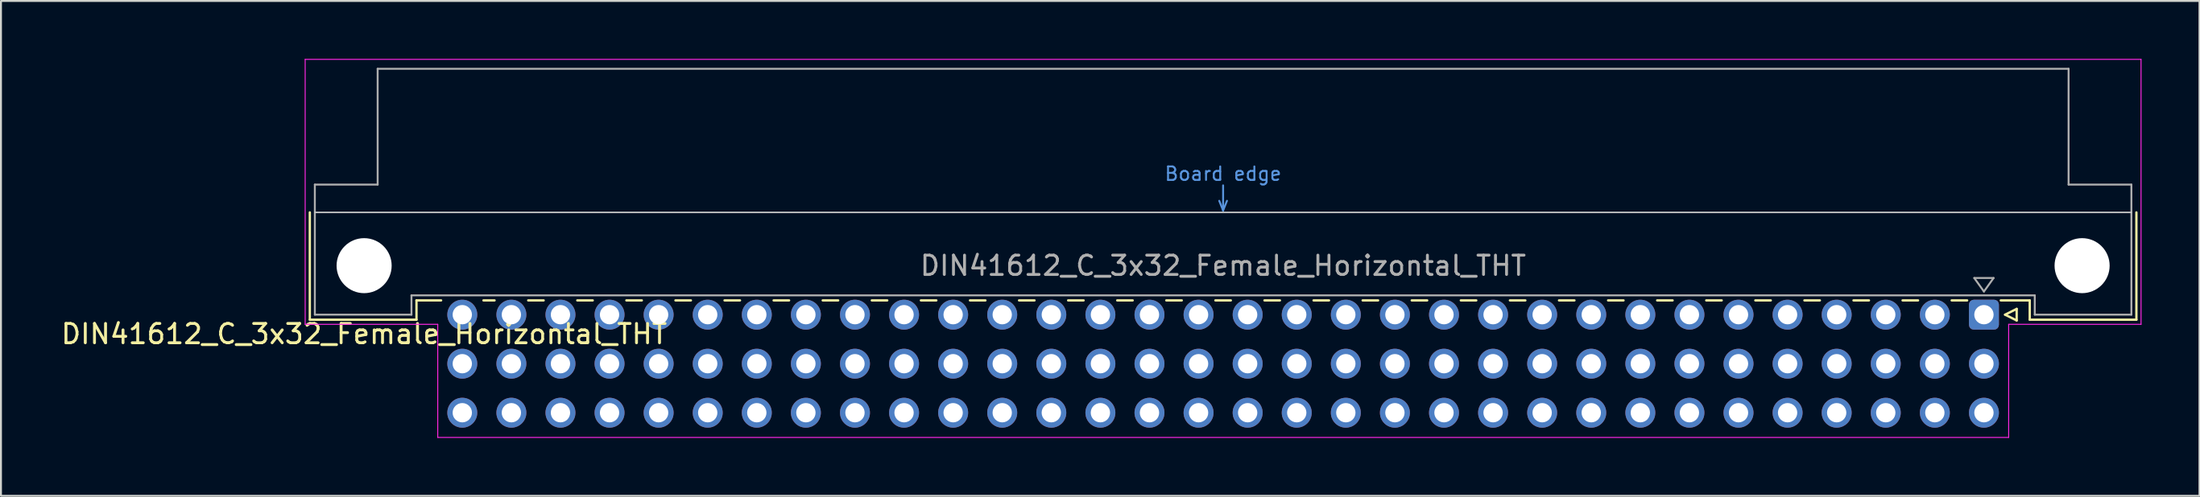
<source format=kicad_pcb>
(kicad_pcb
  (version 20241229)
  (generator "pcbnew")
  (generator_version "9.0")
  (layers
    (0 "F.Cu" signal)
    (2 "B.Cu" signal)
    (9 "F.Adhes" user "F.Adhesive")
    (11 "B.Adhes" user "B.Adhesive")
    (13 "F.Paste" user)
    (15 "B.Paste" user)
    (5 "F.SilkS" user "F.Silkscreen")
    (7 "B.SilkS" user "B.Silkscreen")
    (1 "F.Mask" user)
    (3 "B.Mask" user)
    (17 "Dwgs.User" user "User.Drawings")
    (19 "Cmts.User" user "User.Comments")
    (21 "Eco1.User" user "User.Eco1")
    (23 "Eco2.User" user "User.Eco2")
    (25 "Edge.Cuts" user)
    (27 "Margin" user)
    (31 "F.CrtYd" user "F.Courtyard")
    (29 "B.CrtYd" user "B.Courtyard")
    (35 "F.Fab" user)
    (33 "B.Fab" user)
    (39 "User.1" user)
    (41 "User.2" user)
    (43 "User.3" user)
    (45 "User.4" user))
  (footprint "DIN41612_C_3x32_Female_Horizontal_THT"
    (layer "F.Cu")
    (at 20.872 13.255)
    (property "Reference" "DIN41612_C_3x32_Female_Horizontal_THT" (at -5.08 1 0) (layer "F.SilkS") (effects (font (size 1 1) (thickness 0.15))))
    (attr through_hole)
    (fp_line (start -7.89 -5.3) (end -7.89 0.26) (stroke (width 0.12) (type solid)) (layer "F.SilkS"))
    (fp_line (start -7.89 0.26) (end -2.37 0.26) (stroke (width 0.12) (type solid)) (layer "F.SilkS"))
    (fp_line (start -2.371 -0.74) (end -1.095 -0.74) (stroke (width 0.12) (type solid)) (layer "F.SilkS"))
    (fp_line (start -2.37 0.26) (end -2.37 -0.74) (stroke (width 0.12) (type solid)) (layer "F.SilkS"))
    (fp_line (start 1.095 -0.74) (end 1.671 -0.74) (stroke (width 0.12) (type solid)) (layer "F.SilkS"))
    (fp_line (start 3.41 -0.74) (end 4.211 -0.74) (stroke (width 0.12) (type solid)) (layer "F.SilkS"))
    (fp_line (start 5.95 -0.74) (end 6.751 -0.74) (stroke (width 0.12) (type solid)) (layer "F.SilkS"))
    (fp_line (start 8.49 -0.74) (end 9.291 -0.74) (stroke (width 0.12) (type solid)) (layer "F.SilkS"))
    (fp_line (start 11.03 -0.74) (end 11.831 -0.74) (stroke (width 0.12) (type solid)) (layer "F.SilkS"))
    (fp_line (start 13.57 -0.74) (end 14.371 -0.74) (stroke (width 0.12) (type solid)) (layer "F.SilkS"))
    (fp_line (start 16.11 -0.74) (end 16.911 -0.74) (stroke (width 0.12) (type solid)) (layer "F.SilkS"))
    (fp_line (start 18.65 -0.74) (end 19.451 -0.74) (stroke (width 0.12) (type solid)) (layer "F.SilkS"))
    (fp_line (start 21.19 -0.74) (end 21.991 -0.74) (stroke (width 0.12) (type solid)) (layer "F.SilkS"))
    (fp_line (start 23.73 -0.74) (end 24.531 -0.74) (stroke (width 0.12) (type solid)) (layer "F.SilkS"))
    (fp_line (start 26.27 -0.74) (end 27.071 -0.74) (stroke (width 0.12) (type solid)) (layer "F.SilkS"))
    (fp_line (start 28.81 -0.74) (end 29.611 -0.74) (stroke (width 0.12) (type solid)) (layer "F.SilkS"))
    (fp_line (start 31.35 -0.74) (end 32.151 -0.74) (stroke (width 0.12) (type solid)) (layer "F.SilkS"))
    (fp_line (start 33.89 -0.74) (end 34.691 -0.74) (stroke (width 0.12) (type solid)) (layer "F.SilkS"))
    (fp_line (start 36.43 -0.74) (end 37.231 -0.74) (stroke (width 0.12) (type solid)) (layer "F.SilkS"))
    (fp_line (start 38.97 -0.74) (end 39.771 -0.74) (stroke (width 0.12) (type solid)) (layer "F.SilkS"))
    (fp_line (start 41.51 -0.74) (end 42.311 -0.74) (stroke (width 0.12) (type solid)) (layer "F.SilkS"))
    (fp_line (start 44.05 -0.74) (end 44.851 -0.74) (stroke (width 0.12) (type solid)) (layer "F.SilkS"))
    (fp_line (start 46.59 -0.74) (end 47.391 -0.74) (stroke (width 0.12) (type solid)) (layer "F.SilkS"))
    (fp_line (start 49.13 -0.74) (end 49.931 -0.74) (stroke (width 0.12) (type solid)) (layer "F.SilkS"))
    (fp_line (start 51.67 -0.74) (end 52.471 -0.74) (stroke (width 0.12) (type solid)) (layer "F.SilkS"))
    (fp_line (start 54.21 -0.74) (end 55.011 -0.74) (stroke (width 0.12) (type solid)) (layer "F.SilkS"))
    (fp_line (start 56.75 -0.74) (end 57.551 -0.74) (stroke (width 0.12) (type solid)) (layer "F.SilkS"))
    (fp_line (start 59.29 -0.74) (end 60.091 -0.74) (stroke (width 0.12) (type solid)) (layer "F.SilkS"))
    (fp_line (start 61.83 -0.74) (end 62.631 -0.74) (stroke (width 0.12) (type solid)) (layer "F.SilkS"))
    (fp_line (start 64.37 -0.74) (end 65.171 -0.74) (stroke (width 0.12) (type solid)) (layer "F.SilkS"))
    (fp_line (start 66.91 -0.74) (end 67.711 -0.74) (stroke (width 0.12) (type solid)) (layer "F.SilkS"))
    (fp_line (start 69.45 -0.74) (end 70.251 -0.74) (stroke (width 0.12) (type solid)) (layer "F.SilkS"))
    (fp_line (start 71.99 -0.74) (end 72.791 -0.74) (stroke (width 0.12) (type solid)) (layer "F.SilkS"))
    (fp_line (start 74.53 -0.74) (end 75.331 -0.74) (stroke (width 0.12) (type solid)) (layer "F.SilkS"))
    (fp_line (start 77.07 -0.74) (end 77.871 -0.74) (stroke (width 0.12) (type solid)) (layer "F.SilkS"))
    (fp_line (start 79.61 -0.74) (end 81.11 -0.74) (stroke (width 0.12) (type solid)) (layer "F.SilkS"))
    (fp_line (start 79.835 0) (end 80.435 -0.3) (stroke (width 0.12) (type solid)) (layer "F.SilkS"))
    (fp_line (start 80.435 -0.3) (end 80.435 0.3) (stroke (width 0.12) (type solid)) (layer "F.SilkS"))
    (fp_line (start 80.435 0.3) (end 79.835 0) (stroke (width 0.12) (type solid)) (layer "F.SilkS"))
    (fp_line (start 81.11 0.26) (end 81.11 -0.74) (stroke (width 0.12) (type solid)) (layer "F.SilkS"))
    (fp_line (start 86.63 -5.3) (end 86.63 0.26) (stroke (width 0.12) (type solid)) (layer "F.SilkS"))
    (fp_line (start 86.63 0.26) (end 81.11 0.26) (stroke (width 0.12) (type solid)) (layer "F.SilkS"))
    (fp_line (start -7.63 -5.3) (end 86.37 -5.3) (stroke (width 0.08) (type solid)) (layer "Dwgs.User"))
    (fp_line (start 39.17 -5.9) (end 39.37 -5.4) (stroke (width 0.1) (type solid)) (layer "Cmts.User"))
    (fp_line (start 39.37 -5.4) (end 39.37 -6.7) (stroke (width 0.1) (type solid)) (layer "Cmts.User"))
    (fp_line (start 39.37 -5.4) (end 39.57 -5.9) (stroke (width 0.1) (type solid)) (layer "Cmts.User"))
    (fp_line (start -8.13 -13.23) (end -8.13 0.5) (stroke (width 0.05) (type solid)) (layer "F.CrtYd"))
    (fp_line (start -8.13 0.5) (end -1.27 0.5) (stroke (width 0.05) (type solid)) (layer "F.CrtYd"))
    (fp_line (start -1.27 0.5) (end -1.27 6.36) (stroke (width 0.05) (type solid)) (layer "F.CrtYd"))
    (fp_line (start -1.27 6.36) (end 80.02 6.36) (stroke (width 0.05) (type solid)) (layer "F.CrtYd"))
    (fp_line (start 80.02 0.5) (end 86.87 0.5) (stroke (width 0.05) (type solid)) (layer "F.CrtYd"))
    (fp_line (start 80.02 6.36) (end 80.02 0.5) (stroke (width 0.05) (type solid)) (layer "F.CrtYd"))
    (fp_line (start 86.87 -13.23) (end -8.13 -13.23) (stroke (width 0.05) (type solid)) (layer "F.CrtYd"))
    (fp_line (start 86.87 0.5) (end 86.87 -13.23) (stroke (width 0.05) (type solid)) (layer "F.CrtYd"))
    (fp_line (start -7.63 -6.74) (end -7.63 0) (stroke (width 0.1) (type solid)) (layer "F.Fab"))
    (fp_line (start -7.63 0) (end -2.63 0) (stroke (width 0.1) (type solid)) (layer "F.Fab"))
    (fp_line (start -4.38 -12.74) (end -4.38 -6.74) (stroke (width 0.1) (type solid)) (layer "F.Fab"))
    (fp_line (start -4.38 -6.74) (end -7.63 -6.74) (stroke (width 0.1) (type solid)) (layer "F.Fab"))
    (fp_line (start -2.63 -1) (end 81.37 -1) (stroke (width 0.1) (type solid)) (layer "F.Fab"))
    (fp_line (start -2.63 0) (end -2.63 -1) (stroke (width 0.1) (type solid)) (layer "F.Fab"))
    (fp_line (start 78.24 -1.9) (end 78.74 -1.2) (stroke (width 0.1) (type solid)) (layer "F.Fab"))
    (fp_line (start 78.74 -1.2) (end 79.24 -1.9) (stroke (width 0.1) (type solid)) (layer "F.Fab"))
    (fp_line (start 79.24 -1.9) (end 78.24 -1.9) (stroke (width 0.1) (type solid)) (layer "F.Fab"))
    (fp_line (start 81.37 -1) (end 81.37 0) (stroke (width 0.1) (type solid)) (layer "F.Fab"))
    (fp_line (start 81.37 0) (end 86.37 0) (stroke (width 0.1) (type solid)) (layer "F.Fab"))
    (fp_line (start 83.12 -12.74) (end -4.38 -12.74) (stroke (width 0.1) (type solid)) (layer "F.Fab"))
    (fp_line (start 83.12 -6.74) (end 83.12 -12.74) (stroke (width 0.1) (type solid)) (layer "F.Fab"))
    (fp_line (start 86.37 -6.74) (end 83.12 -6.74) (stroke (width 0.1) (type solid)) (layer "F.Fab"))
    (fp_line (start 86.37 0) (end 86.37 -6.74) (stroke (width 0.1) (type solid)) (layer "F.Fab"))
    (fp_text user "Board edge" (at 39.37 -7.3 0) (layer "Cmts.User") (effects (font (size 0.7 0.7) (thickness 0.1))))
    (fp_text user "${REFERENCE}" (at 39.37 -2.54 0) (layer "F.Fab") (effects (font (size 1 1) (thickness 0.15))))
    (pad "" np_thru_hole circle (at -5.08 -2.54) (size 2.85 2.85) (drill 2.85) (layers "*.Cu" "*.Mask"))
    (pad "" np_thru_hole circle (at 83.82 -2.54) (size 2.85 2.85) (drill 2.85) (layers "*.Cu" "*.Mask"))
    (pad "A1" thru_hole roundrect (at 78.74 0) (size 1.55 1.55) (drill 1) (layers "*.Cu" "*.Mask") (roundrect_rratio 0.161))
    (pad "A2" thru_hole circle (at 76.2 0) (size 1.55 1.55) (drill 1) (layers "*.Cu" "*.Mask"))
    (pad "A3" thru_hole circle (at 73.66 0) (size 1.55 1.55) (drill 1) (layers "*.Cu" "*.Mask"))
    (pad "A4" thru_hole circle (at 71.12 0) (size 1.55 1.55) (drill 1) (layers "*.Cu" "*.Mask"))
    (pad "A5" thru_hole circle (at 68.58 0) (size 1.55 1.55) (drill 1) (layers "*.Cu" "*.Mask"))
    (pad "A6" thru_hole circle (at 66.04 0) (size 1.55 1.55) (drill 1) (layers "*.Cu" "*.Mask"))
    (pad "A7" thru_hole circle (at 63.5 0) (size 1.55 1.55) (drill 1) (layers "*.Cu" "*.Mask"))
    (pad "A8" thru_hole circle (at 60.96 0) (size 1.55 1.55) (drill 1) (layers "*.Cu" "*.Mask"))
    (pad "A9" thru_hole circle (at 58.42 0) (size 1.55 1.55) (drill 1) (layers "*.Cu" "*.Mask"))
    (pad "A10" thru_hole circle (at 55.88 0) (size 1.55 1.55) (drill 1) (layers "*.Cu" "*.Mask"))
    (pad "A11" thru_hole circle (at 53.34 0) (size 1.55 1.55) (drill 1) (layers "*.Cu" "*.Mask"))
    (pad "A12" thru_hole circle (at 50.8 0) (size 1.55 1.55) (drill 1) (layers "*.Cu" "*.Mask"))
    (pad "A13" thru_hole circle (at 48.26 0) (size 1.55 1.55) (drill 1) (layers "*.Cu" "*.Mask"))
    (pad "A14" thru_hole circle (at 45.72 0) (size 1.55 1.55) (drill 1) (layers "*.Cu" "*.Mask"))
    (pad "A15" thru_hole circle (at 43.18 0) (size 1.55 1.55) (drill 1) (layers "*.Cu" "*.Mask"))
    (pad "A16" thru_hole circle (at 40.64 0) (size 1.55 1.55) (drill 1) (layers "*.Cu" "*.Mask"))
    (pad "A17" thru_hole circle (at 38.1 0) (size 1.55 1.55) (drill 1) (layers "*.Cu" "*.Mask"))
    (pad "A18" thru_hole circle (at 35.56 0) (size 1.55 1.55) (drill 1) (layers "*.Cu" "*.Mask"))
    (pad "A19" thru_hole circle (at 33.02 0) (size 1.55 1.55) (drill 1) (layers "*.Cu" "*.Mask"))
    (pad "A20" thru_hole circle (at 30.48 0) (size 1.55 1.55) (drill 1) (layers "*.Cu" "*.Mask"))
    (pad "A21" thru_hole circle (at 27.94 0) (size 1.55 1.55) (drill 1) (layers "*.Cu" "*.Mask"))
    (pad "A22" thru_hole circle (at 25.4 0) (size 1.55 1.55) (drill 1) (layers "*.Cu" "*.Mask"))
    (pad "A23" thru_hole circle (at 22.86 0) (size 1.55 1.55) (drill 1) (layers "*.Cu" "*.Mask"))
    (pad "A24" thru_hole circle (at 20.32 0) (size 1.55 1.55) (drill 1) (layers "*.Cu" "*.Mask"))
    (pad "A25" thru_hole circle (at 17.78 0) (size 1.55 1.55) (drill 1) (layers "*.Cu" "*.Mask"))
    (pad "A26" thru_hole circle (at 15.24 0) (size 1.55 1.55) (drill 1) (layers "*.Cu" "*.Mask"))
    (pad "A27" thru_hole circle (at 12.7 0) (size 1.55 1.55) (drill 1) (layers "*.Cu" "*.Mask"))
    (pad "A28" thru_hole circle (at 10.16 0) (size 1.55 1.55) (drill 1) (layers "*.Cu" "*.Mask"))
    (pad "A29" thru_hole circle (at 7.62 0) (size 1.55 1.55) (drill 1) (layers "*.Cu" "*.Mask"))
    (pad "A30" thru_hole circle (at 5.08 0) (size 1.55 1.55) (drill 1) (layers "*.Cu" "*.Mask"))
    (pad "A31" thru_hole circle (at 2.54 0) (size 1.55 1.55) (drill 1) (layers "*.Cu" "*.Mask"))
    (pad "A32" thru_hole circle (at 0 0) (size 1.55 1.55) (drill 1) (layers "*.Cu" "*.Mask"))
    (pad "B1" thru_hole circle (at 78.74 2.54) (size 1.55 1.55) (drill 1) (layers "*.Cu" "*.Mask"))
    (pad "B2" thru_hole circle (at 76.2 2.54) (size 1.55 1.55) (drill 1) (layers "*.Cu" "*.Mask"))
    (pad "B3" thru_hole circle (at 73.66 2.54) (size 1.55 1.55) (drill 1) (layers "*.Cu" "*.Mask"))
    (pad "B4" thru_hole circle (at 71.12 2.54) (size 1.55 1.55) (drill 1) (layers "*.Cu" "*.Mask"))
    (pad "B5" thru_hole circle (at 68.58 2.54) (size 1.55 1.55) (drill 1) (layers "*.Cu" "*.Mask"))
    (pad "B6" thru_hole circle (at 66.04 2.54) (size 1.55 1.55) (drill 1) (layers "*.Cu" "*.Mask"))
    (pad "B7" thru_hole circle (at 63.5 2.54) (size 1.55 1.55) (drill 1) (layers "*.Cu" "*.Mask"))
    (pad "B8" thru_hole circle (at 60.96 2.54) (size 1.55 1.55) (drill 1) (layers "*.Cu" "*.Mask"))
    (pad "B9" thru_hole circle (at 58.42 2.54) (size 1.55 1.55) (drill 1) (layers "*.Cu" "*.Mask"))
    (pad "B10" thru_hole circle (at 55.88 2.54) (size 1.55 1.55) (drill 1) (layers "*.Cu" "*.Mask"))
    (pad "B11" thru_hole circle (at 53.34 2.54) (size 1.55 1.55) (drill 1) (layers "*.Cu" "*.Mask"))
    (pad "B12" thru_hole circle (at 50.8 2.54) (size 1.55 1.55) (drill 1) (layers "*.Cu" "*.Mask"))
    (pad "B13" thru_hole circle (at 48.26 2.54) (size 1.55 1.55) (drill 1) (layers "*.Cu" "*.Mask"))
    (pad "B14" thru_hole circle (at 45.72 2.54) (size 1.55 1.55) (drill 1) (layers "*.Cu" "*.Mask"))
    (pad "B15" thru_hole circle (at 43.18 2.54) (size 1.55 1.55) (drill 1) (layers "*.Cu" "*.Mask"))
    (pad "B16" thru_hole circle (at 40.64 2.54) (size 1.55 1.55) (drill 1) (layers "*.Cu" "*.Mask"))
    (pad "B17" thru_hole circle (at 38.1 2.54) (size 1.55 1.55) (drill 1) (layers "*.Cu" "*.Mask"))
    (pad "B18" thru_hole circle (at 35.56 2.54) (size 1.55 1.55) (drill 1) (layers "*.Cu" "*.Mask"))
    (pad "B19" thru_hole circle (at 33.02 2.54) (size 1.55 1.55) (drill 1) (layers "*.Cu" "*.Mask"))
    (pad "B20" thru_hole circle (at 30.48 2.54) (size 1.55 1.55) (drill 1) (layers "*.Cu" "*.Mask"))
    (pad "B21" thru_hole circle (at 27.94 2.54) (size 1.55 1.55) (drill 1) (layers "*.Cu" "*.Mask"))
    (pad "B22" thru_hole circle (at 25.4 2.54) (size 1.55 1.55) (drill 1) (layers "*.Cu" "*.Mask"))
    (pad "B23" thru_hole circle (at 22.86 2.54) (size 1.55 1.55) (drill 1) (layers "*.Cu" "*.Mask"))
    (pad "B24" thru_hole circle (at 20.32 2.54) (size 1.55 1.55) (drill 1) (layers "*.Cu" "*.Mask"))
    (pad "B25" thru_hole circle (at 17.78 2.54) (size 1.55 1.55) (drill 1) (layers "*.Cu" "*.Mask"))
    (pad "B26" thru_hole circle (at 15.24 2.54) (size 1.55 1.55) (drill 1) (layers "*.Cu" "*.Mask"))
    (pad "B27" thru_hole circle (at 12.7 2.54) (size 1.55 1.55) (drill 1) (layers "*.Cu" "*.Mask"))
    (pad "B28" thru_hole circle (at 10.16 2.54) (size 1.55 1.55) (drill 1) (layers "*.Cu" "*.Mask"))
    (pad "B29" thru_hole circle (at 7.62 2.54) (size 1.55 1.55) (drill 1) (layers "*.Cu" "*.Mask"))
    (pad "B30" thru_hole circle (at 5.08 2.54) (size 1.55 1.55) (drill 1) (layers "*.Cu" "*.Mask"))
    (pad "B31" thru_hole circle (at 2.54 2.54) (size 1.55 1.55) (drill 1) (layers "*.Cu" "*.Mask"))
    (pad "B32" thru_hole circle (at 0 2.54) (size 1.55 1.55) (drill 1) (layers "*.Cu" "*.Mask"))
    (pad "C1" thru_hole circle (at 78.74 5.08) (size 1.55 1.55) (drill 1) (layers "*.Cu" "*.Mask"))
    (pad "C2" thru_hole circle (at 76.2 5.08) (size 1.55 1.55) (drill 1) (layers "*.Cu" "*.Mask"))
    (pad "C3" thru_hole circle (at 73.66 5.08) (size 1.55 1.55) (drill 1) (layers "*.Cu" "*.Mask"))
    (pad "C4" thru_hole circle (at 71.12 5.08) (size 1.55 1.55) (drill 1) (layers "*.Cu" "*.Mask"))
    (pad "C5" thru_hole circle (at 68.58 5.08) (size 1.55 1.55) (drill 1) (layers "*.Cu" "*.Mask"))
    (pad "C6" thru_hole circle (at 66.04 5.08) (size 1.55 1.55) (drill 1) (layers "*.Cu" "*.Mask"))
    (pad "C7" thru_hole circle (at 63.5 5.08) (size 1.55 1.55) (drill 1) (layers "*.Cu" "*.Mask"))
    (pad "C8" thru_hole circle (at 60.96 5.08) (size 1.55 1.55) (drill 1) (layers "*.Cu" "*.Mask"))
    (pad "C9" thru_hole circle (at 58.42 5.08) (size 1.55 1.55) (drill 1) (layers "*.Cu" "*.Mask"))
    (pad "C10" thru_hole circle (at 55.88 5.08) (size 1.55 1.55) (drill 1) (layers "*.Cu" "*.Mask"))
    (pad "C11" thru_hole circle (at 53.34 5.08) (size 1.55 1.55) (drill 1) (layers "*.Cu" "*.Mask"))
    (pad "C12" thru_hole circle (at 50.8 5.08) (size 1.55 1.55) (drill 1) (layers "*.Cu" "*.Mask"))
    (pad "C13" thru_hole circle (at 48.26 5.08) (size 1.55 1.55) (drill 1) (layers "*.Cu" "*.Mask"))
    (pad "C14" thru_hole circle (at 45.72 5.08) (size 1.55 1.55) (drill 1) (layers "*.Cu" "*.Mask"))
    (pad "C15" thru_hole circle (at 43.18 5.08) (size 1.55 1.55) (drill 1) (layers "*.Cu" "*.Mask"))
    (pad "C16" thru_hole circle (at 40.64 5.08) (size 1.55 1.55) (drill 1) (layers "*.Cu" "*.Mask"))
    (pad "C17" thru_hole circle (at 38.1 5.08) (size 1.55 1.55) (drill 1) (layers "*.Cu" "*.Mask"))
    (pad "C18" thru_hole circle (at 35.56 5.08) (size 1.55 1.55) (drill 1) (layers "*.Cu" "*.Mask"))
    (pad "C19" thru_hole circle (at 33.02 5.08) (size 1.55 1.55) (drill 1) (layers "*.Cu" "*.Mask"))
    (pad "C20" thru_hole circle (at 30.48 5.08) (size 1.55 1.55) (drill 1) (layers "*.Cu" "*.Mask"))
    (pad "C21" thru_hole circle (at 27.94 5.08) (size 1.55 1.55) (drill 1) (layers "*.Cu" "*.Mask"))
    (pad "C22" thru_hole circle (at 25.4 5.08) (size 1.55 1.55) (drill 1) (layers "*.Cu" "*.Mask"))
    (pad "C23" thru_hole circle (at 22.86 5.08) (size 1.55 1.55) (drill 1) (layers "*.Cu" "*.Mask"))
    (pad "C24" thru_hole circle (at 20.32 5.08) (size 1.55 1.55) (drill 1) (layers "*.Cu" "*.Mask"))
    (pad "C25" thru_hole circle (at 17.78 5.08) (size 1.55 1.55) (drill 1) (layers "*.Cu" "*.Mask"))
    (pad "C26" thru_hole circle (at 15.24 5.08) (size 1.55 1.55) (drill 1) (layers "*.Cu" "*.Mask"))
    (pad "C27" thru_hole circle (at 12.7 5.08) (size 1.55 1.55) (drill 1) (layers "*.Cu" "*.Mask"))
    (pad "C28" thru_hole circle (at 10.16 5.08) (size 1.55 1.55) (drill 1) (layers "*.Cu" "*.Mask"))
    (pad "C29" thru_hole circle (at 7.62 5.08) (size 1.55 1.55) (drill 1) (layers "*.Cu" "*.Mask"))
    (pad "C30" thru_hole circle (at 5.08 5.08) (size 1.55 1.55) (drill 1) (layers "*.Cu" "*.Mask"))
    (pad "C31" thru_hole circle (at 2.54 5.08) (size 1.55 1.55) (drill 1) (layers "*.Cu" "*.Mask"))
    (pad "C32" thru_hole circle (at 0 5.08) (size 1.55 1.55) (drill 1) (layers "*.Cu" "*.Mask")))
  (gr_rect
    (start -3 -3)
    (end 110.767 22.64)
    (stroke (width 0.1) (type default))
    (fill no)
    (layer "Edge.Cuts")))
</source>
